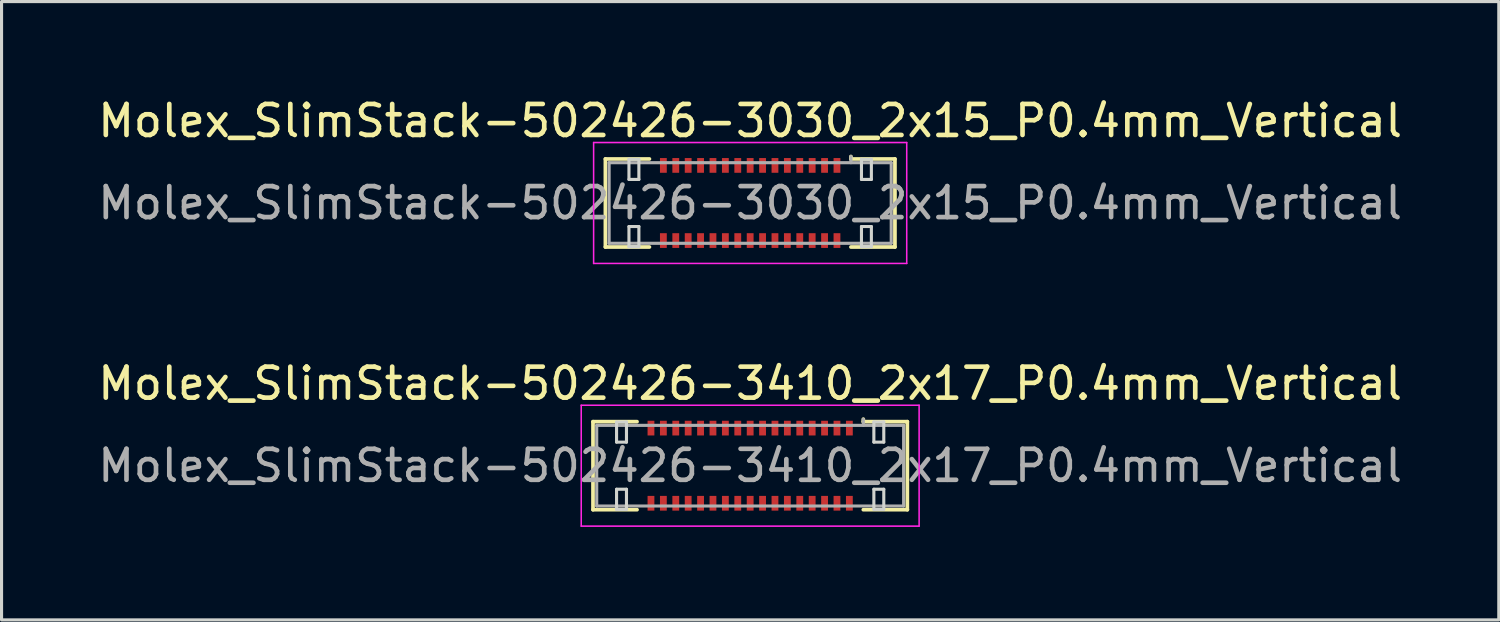
<source format=kicad_pcb>
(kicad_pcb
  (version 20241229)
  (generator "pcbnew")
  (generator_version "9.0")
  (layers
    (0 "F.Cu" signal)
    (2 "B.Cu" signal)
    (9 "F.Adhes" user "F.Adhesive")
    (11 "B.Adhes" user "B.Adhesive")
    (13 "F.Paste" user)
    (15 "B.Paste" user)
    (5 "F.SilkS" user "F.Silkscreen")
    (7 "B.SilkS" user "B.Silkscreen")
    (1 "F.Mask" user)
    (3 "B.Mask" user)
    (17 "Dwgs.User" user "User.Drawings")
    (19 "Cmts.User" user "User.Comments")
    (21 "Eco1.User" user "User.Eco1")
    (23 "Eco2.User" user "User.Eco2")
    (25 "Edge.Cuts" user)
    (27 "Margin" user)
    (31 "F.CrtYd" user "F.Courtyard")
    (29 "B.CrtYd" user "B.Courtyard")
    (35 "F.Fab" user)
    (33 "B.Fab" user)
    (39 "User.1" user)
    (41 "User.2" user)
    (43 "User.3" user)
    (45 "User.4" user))
  (footprint "Molex_SlimStack-502426-3030_2x15_P0.4mm_Vertical"
    (layer "F.Cu")
    (at 21.149 3.498)
    (property "Reference" "Molex_SlimStack-502426-3030_2x15_P0.4mm_Vertical" (at 0 -2.65 0) (layer "F.SilkS") (effects (font (size 1 1) (thickness 0.15))))
    (attr smd)
    (fp_line (start -4.67 -1.42) (end -3.25 -1.42) (stroke (width 0.12) (type solid)) (layer "F.SilkS"))
    (fp_line (start -4.67 1.42) (end -4.67 -1.42) (stroke (width 0.12) (type solid)) (layer "F.SilkS"))
    (fp_line (start -3.25 1.42) (end -4.67 1.42) (stroke (width 0.12) (type solid)) (layer "F.SilkS"))
    (fp_line (start 3.25 -1.42) (end 3.25 -1.5) (stroke (width 0.12) (type solid)) (layer "F.SilkS"))
    (fp_line (start 3.25 1.42) (end 4.67 1.42) (stroke (width 0.12) (type solid)) (layer "F.SilkS"))
    (fp_line (start 4.67 -1.42) (end 3.25 -1.42) (stroke (width 0.12) (type solid)) (layer "F.SilkS"))
    (fp_line (start 4.67 1.42) (end 4.67 -1.42) (stroke (width 0.12) (type solid)) (layer "F.SilkS"))
    (fp_line (start -3.91 -1.41) (end -3.91 -0.76) (stroke (width 0.1) (type solid)) (layer "Edge.Cuts"))
    (fp_line (start -3.91 -0.76) (end -3.59 -0.76) (stroke (width 0.1) (type solid)) (layer "Edge.Cuts"))
    (fp_line (start -3.91 0.76) (end -3.91 1.41) (stroke (width 0.1) (type solid)) (layer "Edge.Cuts"))
    (fp_line (start -3.91 1.41) (end -3.59 1.41) (stroke (width 0.1) (type solid)) (layer "Edge.Cuts"))
    (fp_line (start -3.59 -1.41) (end -3.91 -1.41) (stroke (width 0.1) (type solid)) (layer "Edge.Cuts"))
    (fp_line (start -3.59 -0.76) (end -3.59 -1.41) (stroke (width 0.1) (type solid)) (layer "Edge.Cuts"))
    (fp_line (start -3.59 0.76) (end -3.91 0.76) (stroke (width 0.1) (type solid)) (layer "Edge.Cuts"))
    (fp_line (start -3.59 1.41) (end -3.59 0.76) (stroke (width 0.1) (type solid)) (layer "Edge.Cuts"))
    (fp_line (start 3.59 -1.41) (end 3.59 -0.76) (stroke (width 0.1) (type solid)) (layer "Edge.Cuts"))
    (fp_line (start 3.59 -0.76) (end 3.91 -0.76) (stroke (width 0.1) (type solid)) (layer "Edge.Cuts"))
    (fp_line (start 3.59 0.76) (end 3.59 1.41) (stroke (width 0.1) (type solid)) (layer "Edge.Cuts"))
    (fp_line (start 3.59 1.41) (end 3.91 1.41) (stroke (width 0.1) (type solid)) (layer "Edge.Cuts"))
    (fp_line (start 3.91 -1.41) (end 3.59 -1.41) (stroke (width 0.1) (type solid)) (layer "Edge.Cuts"))
    (fp_line (start 3.91 -0.76) (end 3.91 -1.41) (stroke (width 0.1) (type solid)) (layer "Edge.Cuts"))
    (fp_line (start 3.91 0.76) (end 3.59 0.76) (stroke (width 0.1) (type solid)) (layer "Edge.Cuts"))
    (fp_line (start 3.91 1.41) (end 3.91 0.76) (stroke (width 0.1) (type solid)) (layer "Edge.Cuts"))
    (fp_line (start -5.05 -1.95) (end -5.05 1.95) (stroke (width 0.05) (type solid)) (layer "F.CrtYd"))
    (fp_line (start -5.05 1.95) (end 5.05 1.95) (stroke (width 0.05) (type solid)) (layer "F.CrtYd"))
    (fp_line (start 5.05 -1.95) (end -5.05 -1.95) (stroke (width 0.05) (type solid)) (layer "F.CrtYd"))
    (fp_line (start 5.05 1.95) (end 5.05 -1.95) (stroke (width 0.05) (type solid)) (layer "F.CrtYd"))
    (fp_line (start -4.55 -1.3) (end -4.55 1.3) (stroke (width 0.1) (type solid)) (layer "F.Fab"))
    (fp_line (start -4.55 1.3) (end 4.55 1.3) (stroke (width 0.1) (type solid)) (layer "F.Fab"))
    (fp_line (start 3.25 -1.3) (end 3.25 -1.5) (stroke (width 0.1) (type solid)) (layer "F.Fab"))
    (fp_line (start 4.55 -1.3) (end -4.55 -1.3) (stroke (width 0.1) (type solid)) (layer "F.Fab"))
    (fp_line (start 4.55 1.3) (end 4.55 -1.3) (stroke (width 0.1) (type solid)) (layer "F.Fab"))
    (fp_text user "${REFERENCE}" (at 0 0 0) (layer "F.Fab") (effects (font (size 1 1) (thickness 0.15))))
    (pad "1" smd rect (at 2.8 -1.212) (size 0.22 0.475) (layers "F.Cu" "F.Mask" "F.Paste"))
    (pad "2" smd rect (at 2.8 1.212) (size 0.22 0.475) (layers "F.Cu" "F.Mask" "F.Paste"))
    (pad "3" smd rect (at 2.4 -1.212) (size 0.22 0.475) (layers "F.Cu" "F.Mask" "F.Paste"))
    (pad "4" smd rect (at 2.4 1.212) (size 0.22 0.475) (layers "F.Cu" "F.Mask" "F.Paste"))
    (pad "5" smd rect (at 2 -1.212) (size 0.22 0.475) (layers "F.Cu" "F.Mask" "F.Paste"))
    (pad "6" smd rect (at 2 1.212) (size 0.22 0.475) (layers "F.Cu" "F.Mask" "F.Paste"))
    (pad "7" smd rect (at 1.6 -1.212) (size 0.22 0.475) (layers "F.Cu" "F.Mask" "F.Paste"))
    (pad "8" smd rect (at 1.6 1.212) (size 0.22 0.475) (layers "F.Cu" "F.Mask" "F.Paste"))
    (pad "9" smd rect (at 1.2 -1.212) (size 0.22 0.475) (layers "F.Cu" "F.Mask" "F.Paste"))
    (pad "10" smd rect (at 1.2 1.212) (size 0.22 0.475) (layers "F.Cu" "F.Mask" "F.Paste"))
    (pad "11" smd rect (at 0.8 -1.212) (size 0.22 0.475) (layers "F.Cu" "F.Mask" "F.Paste"))
    (pad "12" smd rect (at 0.8 1.212) (size 0.22 0.475) (layers "F.Cu" "F.Mask" "F.Paste"))
    (pad "13" smd rect (at 0.4 -1.212) (size 0.22 0.475) (layers "F.Cu" "F.Mask" "F.Paste"))
    (pad "14" smd rect (at 0.4 1.212) (size 0.22 0.475) (layers "F.Cu" "F.Mask" "F.Paste"))
    (pad "15" smd rect (at 0 -1.212) (size 0.22 0.475) (layers "F.Cu" "F.Mask" "F.Paste"))
    (pad "16" smd rect (at 0 1.212) (size 0.22 0.475) (layers "F.Cu" "F.Mask" "F.Paste"))
    (pad "17" smd rect (at -0.4 -1.212) (size 0.22 0.475) (layers "F.Cu" "F.Mask" "F.Paste"))
    (pad "18" smd rect (at -0.4 1.212) (size 0.22 0.475) (layers "F.Cu" "F.Mask" "F.Paste"))
    (pad "19" smd rect (at -0.8 -1.212) (size 0.22 0.475) (layers "F.Cu" "F.Mask" "F.Paste"))
    (pad "20" smd rect (at -0.8 1.212) (size 0.22 0.475) (layers "F.Cu" "F.Mask" "F.Paste"))
    (pad "21" smd rect (at -1.2 -1.212) (size 0.22 0.475) (layers "F.Cu" "F.Mask" "F.Paste"))
    (pad "22" smd rect (at -1.2 1.212) (size 0.22 0.475) (layers "F.Cu" "F.Mask" "F.Paste"))
    (pad "23" smd rect (at -1.6 -1.212) (size 0.22 0.475) (layers "F.Cu" "F.Mask" "F.Paste"))
    (pad "24" smd rect (at -1.6 1.212) (size 0.22 0.475) (layers "F.Cu" "F.Mask" "F.Paste"))
    (pad "25" smd rect (at -2 -1.212) (size 0.22 0.475) (layers "F.Cu" "F.Mask" "F.Paste"))
    (pad "26" smd rect (at -2 1.212) (size 0.22 0.475) (layers "F.Cu" "F.Mask" "F.Paste"))
    (pad "27" smd rect (at -2.4 -1.212) (size 0.22 0.475) (layers "F.Cu" "F.Mask" "F.Paste"))
    (pad "28" smd rect (at -2.4 1.212) (size 0.22 0.475) (layers "F.Cu" "F.Mask" "F.Paste"))
    (pad "29" smd rect (at -2.8 -1.212) (size 0.22 0.475) (layers "F.Cu" "F.Mask" "F.Paste"))
    (pad "30" smd rect (at -2.8 1.212) (size 0.22 0.475) (layers "F.Cu" "F.Mask" "F.Paste")))
  (footprint "Molex_SlimStack-502426-3410_2x17_P0.4mm_Vertical"
    (layer "F.Cu")
    (at 21.149 11.972)
    (property "Reference" "Molex_SlimStack-502426-3410_2x17_P0.4mm_Vertical" (at 0 -2.65 0) (layer "F.SilkS") (effects (font (size 1 1) (thickness 0.15))))
    (attr smd)
    (fp_line (start -5.07 -1.42) (end -3.65 -1.42) (stroke (width 0.12) (type solid)) (layer "F.SilkS"))
    (fp_line (start -5.07 1.42) (end -5.07 -1.42) (stroke (width 0.12) (type solid)) (layer "F.SilkS"))
    (fp_line (start -3.65 1.42) (end -5.07 1.42) (stroke (width 0.12) (type solid)) (layer "F.SilkS"))
    (fp_line (start 3.65 -1.42) (end 3.65 -1.5) (stroke (width 0.12) (type solid)) (layer "F.SilkS"))
    (fp_line (start 3.65 1.42) (end 5.07 1.42) (stroke (width 0.12) (type solid)) (layer "F.SilkS"))
    (fp_line (start 5.07 -1.42) (end 3.65 -1.42) (stroke (width 0.12) (type solid)) (layer "F.SilkS"))
    (fp_line (start 5.07 1.42) (end 5.07 -1.42) (stroke (width 0.12) (type solid)) (layer "F.SilkS"))
    (fp_line (start -4.31 -1.41) (end -4.31 -0.76) (stroke (width 0.1) (type solid)) (layer "Edge.Cuts"))
    (fp_line (start -4.31 -0.76) (end -3.99 -0.76) (stroke (width 0.1) (type solid)) (layer "Edge.Cuts"))
    (fp_line (start -4.31 0.76) (end -4.31 1.41) (stroke (width 0.1) (type solid)) (layer "Edge.Cuts"))
    (fp_line (start -4.31 1.41) (end -3.99 1.41) (stroke (width 0.1) (type solid)) (layer "Edge.Cuts"))
    (fp_line (start -3.99 -1.41) (end -4.31 -1.41) (stroke (width 0.1) (type solid)) (layer "Edge.Cuts"))
    (fp_line (start -3.99 -0.76) (end -3.99 -1.41) (stroke (width 0.1) (type solid)) (layer "Edge.Cuts"))
    (fp_line (start -3.99 0.76) (end -4.31 0.76) (stroke (width 0.1) (type solid)) (layer "Edge.Cuts"))
    (fp_line (start -3.99 1.41) (end -3.99 0.76) (stroke (width 0.1) (type solid)) (layer "Edge.Cuts"))
    (fp_line (start 3.99 -1.41) (end 3.99 -0.76) (stroke (width 0.1) (type solid)) (layer "Edge.Cuts"))
    (fp_line (start 3.99 -0.76) (end 4.31 -0.76) (stroke (width 0.1) (type solid)) (layer "Edge.Cuts"))
    (fp_line (start 3.99 0.76) (end 3.99 1.41) (stroke (width 0.1) (type solid)) (layer "Edge.Cuts"))
    (fp_line (start 3.99 1.41) (end 4.31 1.41) (stroke (width 0.1) (type solid)) (layer "Edge.Cuts"))
    (fp_line (start 4.31 -1.41) (end 3.99 -1.41) (stroke (width 0.1) (type solid)) (layer "Edge.Cuts"))
    (fp_line (start 4.31 -0.76) (end 4.31 -1.41) (stroke (width 0.1) (type solid)) (layer "Edge.Cuts"))
    (fp_line (start 4.31 0.76) (end 3.99 0.76) (stroke (width 0.1) (type solid)) (layer "Edge.Cuts"))
    (fp_line (start 4.31 1.41) (end 4.31 0.76) (stroke (width 0.1) (type solid)) (layer "Edge.Cuts"))
    (fp_line (start -5.45 -1.95) (end -5.45 1.95) (stroke (width 0.05) (type solid)) (layer "F.CrtYd"))
    (fp_line (start -5.45 1.95) (end 5.45 1.95) (stroke (width 0.05) (type solid)) (layer "F.CrtYd"))
    (fp_line (start 5.45 -1.95) (end -5.45 -1.95) (stroke (width 0.05) (type solid)) (layer "F.CrtYd"))
    (fp_line (start 5.45 1.95) (end 5.45 -1.95) (stroke (width 0.05) (type solid)) (layer "F.CrtYd"))
    (fp_line (start -4.95 -1.3) (end -4.95 1.3) (stroke (width 0.1) (type solid)) (layer "F.Fab"))
    (fp_line (start -4.95 1.3) (end 4.95 1.3) (stroke (width 0.1) (type solid)) (layer "F.Fab"))
    (fp_line (start 3.65 -1.3) (end 3.65 -1.5) (stroke (width 0.1) (type solid)) (layer "F.Fab"))
    (fp_line (start 4.95 -1.3) (end -4.95 -1.3) (stroke (width 0.1) (type solid)) (layer "F.Fab"))
    (fp_line (start 4.95 1.3) (end 4.95 -1.3) (stroke (width 0.1) (type solid)) (layer "F.Fab"))
    (fp_text user "${REFERENCE}" (at 0 0 0) (layer "F.Fab") (effects (font (size 1 1) (thickness 0.15))))
    (pad "1" smd rect (at 3.2 -1.212) (size 0.22 0.475) (layers "F.Cu" "F.Mask" "F.Paste"))
    (pad "2" smd rect (at 3.2 1.212) (size 0.22 0.475) (layers "F.Cu" "F.Mask" "F.Paste"))
    (pad "3" smd rect (at 2.8 -1.212) (size 0.22 0.475) (layers "F.Cu" "F.Mask" "F.Paste"))
    (pad "4" smd rect (at 2.8 1.212) (size 0.22 0.475) (layers "F.Cu" "F.Mask" "F.Paste"))
    (pad "5" smd rect (at 2.4 -1.212) (size 0.22 0.475) (layers "F.Cu" "F.Mask" "F.Paste"))
    (pad "6" smd rect (at 2.4 1.212) (size 0.22 0.475) (layers "F.Cu" "F.Mask" "F.Paste"))
    (pad "7" smd rect (at 2 -1.212) (size 0.22 0.475) (layers "F.Cu" "F.Mask" "F.Paste"))
    (pad "8" smd rect (at 2 1.212) (size 0.22 0.475) (layers "F.Cu" "F.Mask" "F.Paste"))
    (pad "9" smd rect (at 1.6 -1.212) (size 0.22 0.475) (layers "F.Cu" "F.Mask" "F.Paste"))
    (pad "10" smd rect (at 1.6 1.212) (size 0.22 0.475) (layers "F.Cu" "F.Mask" "F.Paste"))
    (pad "11" smd rect (at 1.2 -1.212) (size 0.22 0.475) (layers "F.Cu" "F.Mask" "F.Paste"))
    (pad "12" smd rect (at 1.2 1.212) (size 0.22 0.475) (layers "F.Cu" "F.Mask" "F.Paste"))
    (pad "13" smd rect (at 0.8 -1.212) (size 0.22 0.475) (layers "F.Cu" "F.Mask" "F.Paste"))
    (pad "14" smd rect (at 0.8 1.212) (size 0.22 0.475) (layers "F.Cu" "F.Mask" "F.Paste"))
    (pad "15" smd rect (at 0.4 -1.212) (size 0.22 0.475) (layers "F.Cu" "F.Mask" "F.Paste"))
    (pad "16" smd rect (at 0.4 1.212) (size 0.22 0.475) (layers "F.Cu" "F.Mask" "F.Paste"))
    (pad "17" smd rect (at 0 -1.212) (size 0.22 0.475) (layers "F.Cu" "F.Mask" "F.Paste"))
    (pad "18" smd rect (at 0 1.212) (size 0.22 0.475) (layers "F.Cu" "F.Mask" "F.Paste"))
    (pad "19" smd rect (at -0.4 -1.212) (size 0.22 0.475) (layers "F.Cu" "F.Mask" "F.Paste"))
    (pad "20" smd rect (at -0.4 1.212) (size 0.22 0.475) (layers "F.Cu" "F.Mask" "F.Paste"))
    (pad "21" smd rect (at -0.8 -1.212) (size 0.22 0.475) (layers "F.Cu" "F.Mask" "F.Paste"))
    (pad "22" smd rect (at -0.8 1.212) (size 0.22 0.475) (layers "F.Cu" "F.Mask" "F.Paste"))
    (pad "23" smd rect (at -1.2 -1.212) (size 0.22 0.475) (layers "F.Cu" "F.Mask" "F.Paste"))
    (pad "24" smd rect (at -1.2 1.212) (size 0.22 0.475) (layers "F.Cu" "F.Mask" "F.Paste"))
    (pad "25" smd rect (at -1.6 -1.212) (size 0.22 0.475) (layers "F.Cu" "F.Mask" "F.Paste"))
    (pad "26" smd rect (at -1.6 1.212) (size 0.22 0.475) (layers "F.Cu" "F.Mask" "F.Paste"))
    (pad "27" smd rect (at -2 -1.212) (size 0.22 0.475) (layers "F.Cu" "F.Mask" "F.Paste"))
    (pad "28" smd rect (at -2 1.212) (size 0.22 0.475) (layers "F.Cu" "F.Mask" "F.Paste"))
    (pad "29" smd rect (at -2.4 -1.212) (size 0.22 0.475) (layers "F.Cu" "F.Mask" "F.Paste"))
    (pad "30" smd rect (at -2.4 1.212) (size 0.22 0.475) (layers "F.Cu" "F.Mask" "F.Paste"))
    (pad "31" smd rect (at -2.8 -1.212) (size 0.22 0.475) (layers "F.Cu" "F.Mask" "F.Paste"))
    (pad "32" smd rect (at -2.8 1.212) (size 0.22 0.475) (layers "F.Cu" "F.Mask" "F.Paste"))
    (pad "33" smd rect (at -3.2 -1.212) (size 0.22 0.475) (layers "F.Cu" "F.Mask" "F.Paste"))
    (pad "34" smd rect (at -3.2 1.212) (size 0.22 0.475) (layers "F.Cu" "F.Mask" "F.Paste")))
  (gr_rect
    (start -3 -3)
    (end 45.298 16.947)
    (stroke (width 0.1) (type default))
    (fill no)
    (layer "Edge.Cuts")))
</source>
